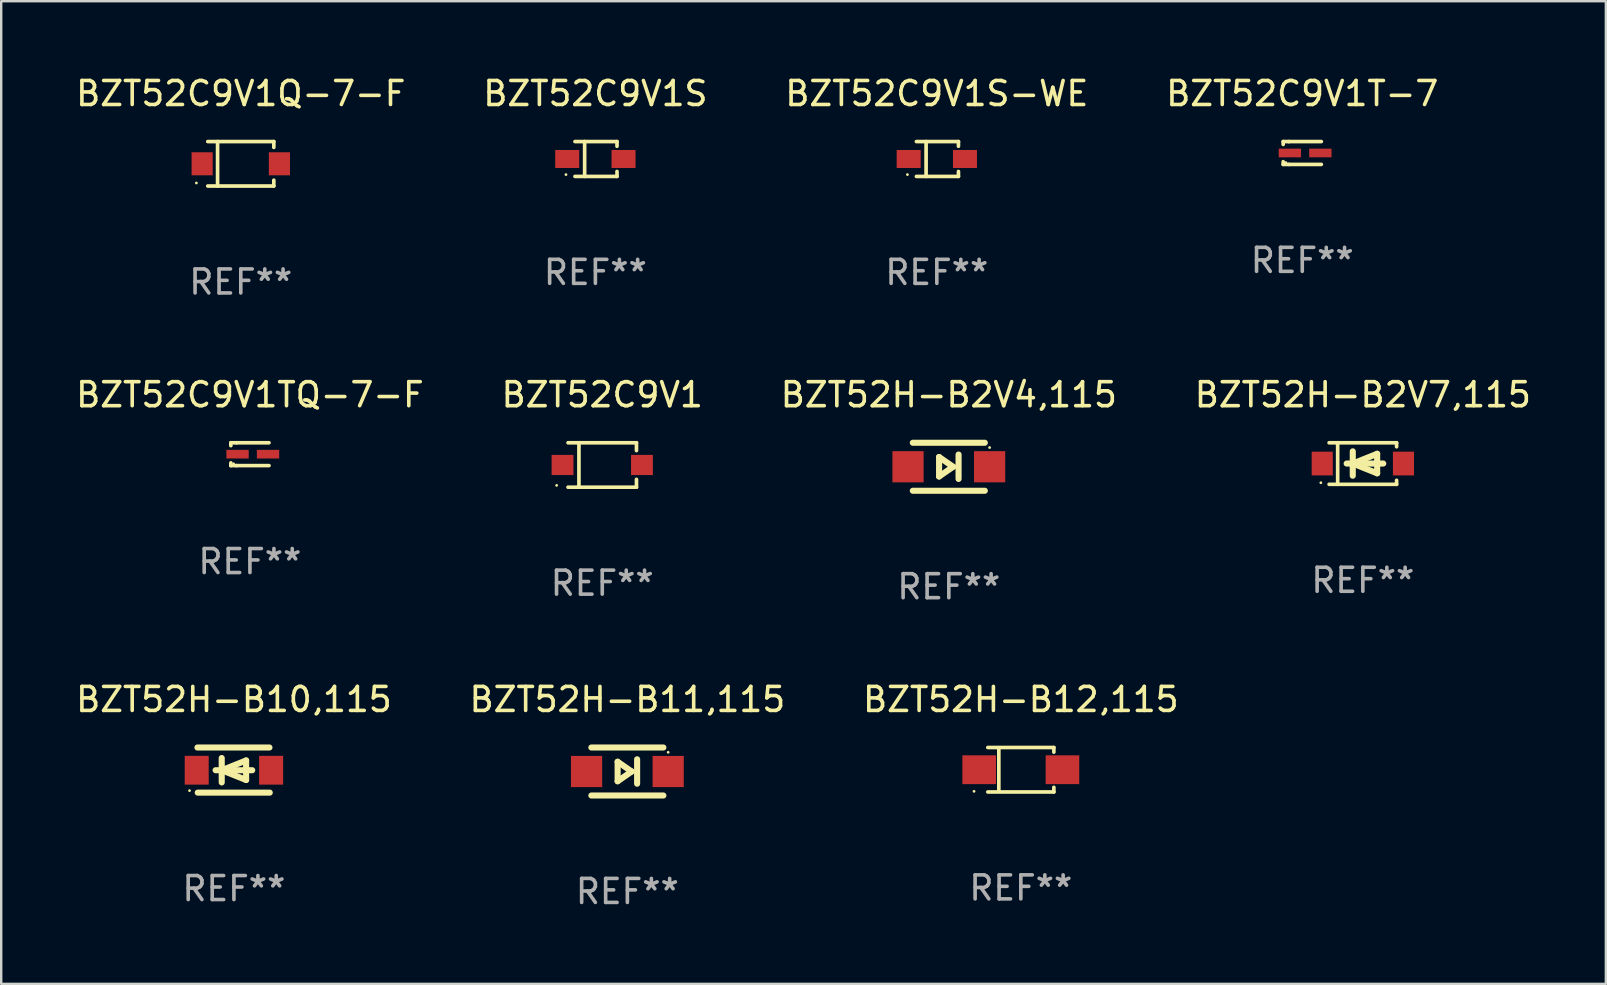
<source format=kicad_pcb>
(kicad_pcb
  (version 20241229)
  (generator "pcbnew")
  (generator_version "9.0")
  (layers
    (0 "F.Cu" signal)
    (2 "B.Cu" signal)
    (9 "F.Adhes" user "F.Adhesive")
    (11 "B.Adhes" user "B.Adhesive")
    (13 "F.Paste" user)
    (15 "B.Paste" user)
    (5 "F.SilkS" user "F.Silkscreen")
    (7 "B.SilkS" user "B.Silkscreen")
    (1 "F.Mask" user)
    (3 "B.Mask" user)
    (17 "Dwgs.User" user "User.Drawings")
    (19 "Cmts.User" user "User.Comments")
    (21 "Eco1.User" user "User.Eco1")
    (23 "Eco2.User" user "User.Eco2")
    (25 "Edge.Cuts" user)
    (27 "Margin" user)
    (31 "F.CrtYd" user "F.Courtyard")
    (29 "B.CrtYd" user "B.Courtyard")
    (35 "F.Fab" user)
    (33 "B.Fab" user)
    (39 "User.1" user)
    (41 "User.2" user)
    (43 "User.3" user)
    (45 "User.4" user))
  (footprint "BZT52C9V1S-WE"
    (layer "F.Cu")
    (at 35.982 3.574)
    (property "Reference" "BZT52C9V1S-WE" (at 0 -2.726 0) (layer "F.SilkS") (effects (font (size 1 1) (thickness 0.15))))
    (attr through_hole)
    (fp_line (start -0.851 -0.726) (end 0.901 -0.726) (stroke (width 0.152) (type solid)) (layer "F.SilkS"))
    (fp_line (start -0.851 0.726) (end 0.901 0.726) (stroke (width 0.152) (type solid)) (layer "F.SilkS"))
    (fp_line (start -0.447 -0.726) (end -0.447 0.726) (stroke (width 0.152) (type solid)) (layer "F.SilkS"))
    (fp_line (start 0.901 -0.726) (end 0.901 -0.53) (stroke (width 0.152) (type solid)) (layer "F.SilkS"))
    (fp_line (start 0.901 0.726) (end 0.901 0.52) (stroke (width 0.152) (type solid)) (layer "F.SilkS"))
    (fp_circle (center -1.225 0.65) (end -1.195 0.65) (stroke (width 0.06) (type solid)) (fill no) (layer "F.SilkS"))
    (fp_text user "REF**" (at 0 4.726 0) (layer "F.Fab") (effects (font (size 1 1) (thickness 0.15))))
    (pad "1" smd rect (at -1.173 0) (size 1 0.75) (layers "F.Cu" "F.Mask" "F.Paste"))
    (pad "2" smd rect (at 1.173 0) (size 1 0.75) (layers "F.Cu" "F.Mask" "F.Paste")))
  (footprint "BZT52C9V1TQ-7-F"
    (layer "F.Cu")
    (at 7.363 15.873)
    (property "Reference" "BZT52C9V1TQ-7-F" (at 0 -2.476 0) (layer "F.SilkS") (effects (font (size 1 1) (thickness 0.15))))
    (attr through_hole)
    (fp_line (start -0.795 -0.476) (end -0.795 -0.356) (stroke (width 0.152) (type solid)) (layer "F.SilkS"))
    (fp_line (start -0.795 0.363) (end -0.795 0.476) (stroke (width 0.152) (type solid)) (layer "F.SilkS"))
    (fp_line (start -0.795 0.476) (end -0.557 0.476) (stroke (width 0.152) (type solid)) (layer "F.SilkS"))
    (fp_line (start -0.557 -0.476) (end -0.795 -0.476) (stroke (width 0.152) (type solid)) (layer "F.SilkS"))
    (fp_line (start -0.557 -0.476) (end 0.795 -0.476) (stroke (width 0.152) (type solid)) (layer "F.SilkS"))
    (fp_line (start -0.557 0.476) (end 0.795 0.476) (stroke (width 0.152) (type solid)) (layer "F.SilkS"))
    (fp_circle (center -0.681 0.4) (end -0.651 0.4) (stroke (width 0.06) (type solid)) (fill no) (layer "F.SilkS"))
    (fp_text user "REF**" (at 0 4.476 0) (layer "F.Fab") (effects (font (size 1 1) (thickness 0.15))))
    (pad "1" smd rect (at -0.516 0 180) (size 0.93 0.36) (layers "F.Cu" "F.Mask" "F.Paste"))
    (pad "2" smd rect (at 0.754 0 180) (size 0.93 0.36) (layers "F.Cu" "F.Mask" "F.Paste")))
  (footprint "BZT52C9V1"
    (layer "F.Cu")
    (at 22.042 16.323)
    (property "Reference" "BZT52C9V1" (at 0 -2.926 0) (layer "F.SilkS") (effects (font (size 1 1) (thickness 0.15))))
    (attr through_hole)
    (fp_line (start -1.426 0.926) (end 1.426 0.926) (stroke (width 0.152) (type solid)) (layer "F.SilkS"))
    (fp_line (start -1.426 -0.926) (end 1.426 -0.926) (stroke (width 0.152) (type solid)) (layer "F.SilkS"))
    (fp_line (start -0.971 0.926) (end -0.971 -0.926) (stroke (width 0.152) (type solid)) (layer "F.SilkS"))
    (fp_line (start 1.426 -0.926) (end 1.426 -0.6) (stroke (width 0.152) (type solid)) (layer "F.SilkS"))
    (fp_line (start 1.426 0.6) (end 1.426 0.926) (stroke (width 0.152) (type solid)) (layer "F.SilkS"))
    (fp_circle (center -1.9 0.85) (end -1.87 0.85) (stroke (width 0.06) (type solid)) (fill no) (layer "F.SilkS"))
    (fp_text user "REF**" (at 0 4.926 0) (layer "F.Fab") (effects (font (size 1 1) (thickness 0.15))))
    (pad "1" smd rect (at -1.655 -0.000064) (size 0.91 0.84) (layers "F.Cu" "F.Mask" "F.Paste"))
    (pad "2" smd rect (at 1.655 -0.000064) (size 0.91 0.84) (layers "F.Cu" "F.Mask" "F.Paste")))
  (footprint "BZT52C9V1S"
    (layer "F.Cu")
    (at 21.756 3.574)
    (property "Reference" "BZT52C9V1S" (at 0 -2.726 0) (layer "F.SilkS") (effects (font (size 1 1) (thickness 0.15))))
    (attr through_hole)
    (fp_line (start -0.851 -0.726) (end 0.901 -0.726) (stroke (width 0.152) (type solid)) (layer "F.SilkS"))
    (fp_line (start -0.851 0.726) (end 0.901 0.726) (stroke (width 0.152) (type solid)) (layer "F.SilkS"))
    (fp_line (start -0.447 -0.726) (end -0.447 0.726) (stroke (width 0.152) (type solid)) (layer "F.SilkS"))
    (fp_line (start 0.901 -0.726) (end 0.901 -0.53) (stroke (width 0.152) (type solid)) (layer "F.SilkS"))
    (fp_line (start 0.901 0.726) (end 0.901 0.52) (stroke (width 0.152) (type solid)) (layer "F.SilkS"))
    (fp_circle (center -1.225 0.65) (end -1.195 0.65) (stroke (width 0.06) (type solid)) (fill no) (layer "F.SilkS"))
    (fp_text user "REF**" (at 0 4.726 0) (layer "F.Fab") (effects (font (size 1 1) (thickness 0.15))))
    (pad "1" smd rect (at -1.173 0) (size 1 0.75) (layers "F.Cu" "F.Mask" "F.Paste"))
    (pad "2" smd rect (at 1.173 0) (size 1 0.75) (layers "F.Cu" "F.Mask" "F.Paste")))
  (footprint "BZT52H-B10,115"
    (layer "F.Cu")
    (at 6.696 29.034)
    (property "Reference" "BZT52H-B10,115" (at 0 -2.94 0) (layer "F.SilkS") (effects (font (size 1 1) (thickness 0.15))))
    (attr through_hole)
    (fp_line (start -1.52 -0.94) (end 1.48 -0.94) (stroke (width 0.254) (type solid)) (layer "F.SilkS"))
    (fp_line (start -1.507 0.94) (end 1.493 0.94) (stroke (width 0.254) (type solid)) (layer "F.SilkS"))
    (fp_line (start -0.762 0.007) (end 0.762 0.007) (stroke (width 0.254) (type solid)) (layer "F.SilkS"))
    (fp_line (start -0.508 -0.501) (end -0.508 0.515) (stroke (width 0.254) (type solid)) (layer "F.SilkS"))
    (fp_line (start -0.508 0.007) (end 0.508 -0.4) (stroke (width 0.254) (type solid)) (layer "F.SilkS"))
    (fp_line (start 0.508 -0.4) (end 0.508 0.413) (stroke (width 0.254) (type solid)) (layer "F.SilkS"))
    (fp_line (start 0.508 0.413) (end -0.508 0.007) (stroke (width 0.254) (type solid)) (layer "F.SilkS"))
    (fp_circle (center -1.85 0.857) (end -1.82 0.857) (stroke (width 0.06) (type solid)) (fill no) (layer "F.SilkS"))
    (fp_text user "REF**" (at 0 4.94 0) (layer "F.Fab") (effects (font (size 1 1) (thickness 0.15))))
    (pad "1" smd rect (at -1.55 0.007) (size 1 1.2) (layers "F.Cu" "F.Mask" "F.Paste"))
    (pad "2" smd rect (at 1.55 0.007) (size 1 1.2) (layers "F.Cu" "F.Mask" "F.Paste")))
  (footprint "BZT52C9V1Q-7-F"
    (layer "F.Cu")
    (at 6.982 3.774)
    (property "Reference" "BZT52C9V1Q-7-F" (at 0 -2.926 0) (layer "F.SilkS") (effects (font (size 1 1) (thickness 0.15))))
    (attr through_hole)
    (fp_line (start -1.376 -0.926) (end 1.376 -0.926) (stroke (width 0.152) (type solid)) (layer "F.SilkS"))
    (fp_line (start -1.376 0.926) (end 1.376 0.926) (stroke (width 0.152) (type solid)) (layer "F.SilkS"))
    (fp_line (start -0.967 -0.926) (end -0.967 0.926) (stroke (width 0.152) (type solid)) (layer "F.SilkS"))
    (fp_line (start 1.376 -0.926) (end 1.376 -0.683) (stroke (width 0.152) (type solid)) (layer "F.SilkS"))
    (fp_line (start 1.376 0.926) (end 1.376 0.683) (stroke (width 0.152) (type solid)) (layer "F.SilkS"))
    (fp_circle (center -1.85 0.8) (end -1.82 0.8) (stroke (width 0.06) (type solid)) (fill no) (layer "F.SilkS"))
    (fp_text user "REF**" (at 0 4.926 0) (layer "F.Fab") (effects (font (size 1 1) (thickness 0.15))))
    (pad "1" smd rect (at -1.61 0) (size 0.88 0.96) (layers "F.Cu" "F.Mask" "F.Paste"))
    (pad "2" smd rect (at 1.61 0) (size 0.88 0.96) (layers "F.Cu" "F.Mask" "F.Paste")))
  (footprint "BZT52H-B12,115"
    (layer "F.Cu")
    (at 39.482 29.02)
    (property "Reference" "BZT52H-B12,115" (at 0 -2.926 0) (layer "F.SilkS") (effects (font (size 1 1) (thickness 0.15))))
    (attr through_hole)
    (fp_line (start -1.376 -0.926) (end 1.376 -0.926) (stroke (width 0.152) (type solid)) (layer "F.SilkS"))
    (fp_line (start -1.376 0.926) (end 1.376 0.926) (stroke (width 0.152) (type solid)) (layer "F.SilkS"))
    (fp_line (start -0.917 -0.876) (end -0.917 0.876) (stroke (width 0.152) (type solid)) (layer "F.SilkS"))
    (fp_line (start 1.376 -0.926) (end 1.376 -0.733) (stroke (width 0.152) (type solid)) (layer "F.SilkS"))
    (fp_line (start 1.376 0.926) (end 1.376 0.733) (stroke (width 0.152) (type solid)) (layer "F.SilkS"))
    (fp_circle (center -1.95 0.9) (end -1.92 0.9) (stroke (width 0.06) (type solid)) (fill no) (layer "F.SilkS"))
    (fp_text user "REF**" (at 0 4.926 0) (layer "F.Fab") (effects (font (size 1 1) (thickness 0.15))))
    (pad "1" smd rect (at -1.735 0) (size 1.4 1.2) (layers "F.Cu" "F.Mask" "F.Paste"))
    (pad "2" smd rect (at 1.735 0) (size 1.4 1.2) (layers "F.Cu" "F.Mask" "F.Paste")))
  (footprint "BZT52H-B11,115"
    (layer "F.Cu")
    (at 23.089 29.094)
    (property "Reference" "BZT52H-B11,115" (at 0 -3 0) (layer "F.SilkS") (effects (font (size 1 1) (thickness 0.15))))
    (attr through_hole)
    (fp_line (start -1.5 -1) (end 1.5 -1) (stroke (width 0.254) (type solid)) (layer "F.SilkS"))
    (fp_line (start -0.406 -0.406) (end 0.178 0) (stroke (width 0.254) (type solid)) (layer "F.SilkS"))
    (fp_line (start -0.406 0.406) (end -0.406 -0.406) (stroke (width 0.254) (type solid)) (layer "F.SilkS"))
    (fp_line (start 0.178 0) (end -0.406 0.406) (stroke (width 0.254) (type solid)) (layer "F.SilkS"))
    (fp_line (start 0.406 0.508) (end 0.406 -0.508) (stroke (width 0.254) (type solid)) (layer "F.SilkS"))
    (fp_line (start 1.5 1) (end -1.5 1) (stroke (width 0.254) (type solid)) (layer "F.SilkS"))
    (fp_circle (center 1.7 -0.8) (end 1.73 -0.8) (stroke (width 0.06) (type solid)) (fill no) (layer "F.SilkS"))
    (fp_text user "REF**" (at 0 5 0) (layer "F.Fab") (effects (font (size 1 1) (thickness 0.15))))
    (pad "1" smd rect (at 1.7 0 180) (size 1.3 1.3) (layers "F.Cu" "F.Mask" "F.Paste"))
    (pad "2" smd rect (at -1.7 0 180) (size 1.3 1.3) (layers "F.Cu" "F.Mask" "F.Paste")))
  (footprint "BZT52C9V1T-7"
    (layer "F.Cu")
    (at 51.208 3.324)
    (property "Reference" "BZT52C9V1T-7" (at 0 -2.476 0) (layer "F.SilkS") (effects (font (size 1 1) (thickness 0.15))))
    (attr through_hole)
    (fp_line (start -0.795 -0.476) (end -0.795 -0.356) (stroke (width 0.152) (type solid)) (layer "F.SilkS"))
    (fp_line (start -0.795 0.363) (end -0.795 0.476) (stroke (width 0.152) (type solid)) (layer "F.SilkS"))
    (fp_line (start -0.795 0.476) (end -0.557 0.476) (stroke (width 0.152) (type solid)) (layer "F.SilkS"))
    (fp_line (start -0.557 -0.476) (end -0.795 -0.476) (stroke (width 0.152) (type solid)) (layer "F.SilkS"))
    (fp_line (start -0.557 -0.476) (end 0.795 -0.476) (stroke (width 0.152) (type solid)) (layer "F.SilkS"))
    (fp_line (start -0.557 0.476) (end 0.795 0.476) (stroke (width 0.152) (type solid)) (layer "F.SilkS"))
    (fp_circle (center -0.681 0.4) (end -0.651 0.4) (stroke (width 0.06) (type solid)) (fill no) (layer "F.SilkS"))
    (fp_text user "REF**" (at 0 4.476 0) (layer "F.Fab") (effects (font (size 1 1) (thickness 0.15))))
    (pad "1" smd rect (at -0.516 0 180) (size 0.93 0.36) (layers "F.Cu" "F.Mask" "F.Paste"))
    (pad "2" smd rect (at 0.754 0 180) (size 0.93 0.36) (layers "F.Cu" "F.Mask" "F.Paste")))
  (footprint "BZT52H-B2V7,115"
    (layer "F.Cu")
    (at 53.732 16.263)
    (property "Reference" "BZT52H-B2V7,115" (at 0 -2.866 0) (layer "F.SilkS") (effects (font (size 1 1) (thickness 0.15))))
    (attr through_hole)
    (fp_line (start -1.406 -0.866) (end 1.406 -0.866) (stroke (width 0.152) (type solid)) (layer "F.SilkS"))
    (fp_line (start -1.406 0.866) (end 1.406 0.866) (stroke (width 0.152) (type solid)) (layer "F.SilkS"))
    (fp_line (start -1.049 -0.866) (end -1.049 0.866) (stroke (width 0.152) (type solid)) (layer "F.SilkS"))
    (fp_line (start -0.674 0) (end 0.85 0) (stroke (width 0.254) (type solid)) (layer "F.SilkS"))
    (fp_line (start -0.42 -0.508) (end -0.42 0.508) (stroke (width 0.254) (type solid)) (layer "F.SilkS"))
    (fp_line (start -0.42 0) (end 0.596 -0.406) (stroke (width 0.254) (type solid)) (layer "F.SilkS"))
    (fp_line (start 0.596 -0.406) (end 0.596 0.406) (stroke (width 0.254) (type solid)) (layer "F.SilkS"))
    (fp_line (start 0.596 0.406) (end -0.42 0) (stroke (width 0.254) (type solid)) (layer "F.SilkS"))
    (fp_line (start 1.406 -0.866) (end 1.406 -0.698) (stroke (width 0.152) (type solid)) (layer "F.SilkS"))
    (fp_line (start 1.406 0.866) (end 1.406 0.698) (stroke (width 0.152) (type solid)) (layer "F.SilkS"))
    (fp_circle (center -1.75 0.8) (end -1.72 0.8) (stroke (width 0.06) (type solid)) (fill no) (layer "F.SilkS"))
    (fp_text user "REF**" (at 0 4.866 0) (layer "F.Fab") (effects (font (size 1 1) (thickness 0.15))))
    (pad "1" smd rect (at -1.692 0) (size 0.88 0.99) (layers "F.Cu" "F.Mask" "F.Paste"))
    (pad "2" smd rect (at 1.692 0) (size 0.88 0.99) (layers "F.Cu" "F.Mask" "F.Paste")))
  (footprint "BZT52H-B2V4,115"
    (layer "F.Cu")
    (at 36.482 16.397)
    (property "Reference" "BZT52H-B2V4,115" (at 0 -3 0) (layer "F.SilkS") (effects (font (size 1 1) (thickness 0.15))))
    (attr through_hole)
    (fp_line (start -1.5 -1) (end 1.5 -1) (stroke (width 0.254) (type solid)) (layer "F.SilkS"))
    (fp_line (start -0.406 -0.406) (end 0.178 0) (stroke (width 0.254) (type solid)) (layer "F.SilkS"))
    (fp_line (start -0.406 0.406) (end -0.406 -0.406) (stroke (width 0.254) (type solid)) (layer "F.SilkS"))
    (fp_line (start 0.178 0) (end -0.406 0.406) (stroke (width 0.254) (type solid)) (layer "F.SilkS"))
    (fp_line (start 0.406 0.508) (end 0.406 -0.508) (stroke (width 0.254) (type solid)) (layer "F.SilkS"))
    (fp_line (start 1.5 1) (end -1.5 1) (stroke (width 0.254) (type solid)) (layer "F.SilkS"))
    (fp_circle (center 1.7 -0.8) (end 1.73 -0.8) (stroke (width 0.06) (type solid)) (fill no) (layer "F.SilkS"))
    (fp_text user "REF**" (at 0 5 0) (layer "F.Fab") (effects (font (size 1 1) (thickness 0.15))))
    (pad "1" smd rect (at 1.7 0 180) (size 1.3 1.3) (layers "F.Cu" "F.Mask" "F.Paste"))
    (pad "2" smd rect (at -1.7 0 180) (size 1.3 1.3) (layers "F.Cu" "F.Mask" "F.Paste")))
  (gr_rect
    (start -3 -3)
    (end 63.857 37.942)
    (stroke (width 0.1) (type default))
    (fill no)
    (layer "Edge.Cuts")))
</source>
